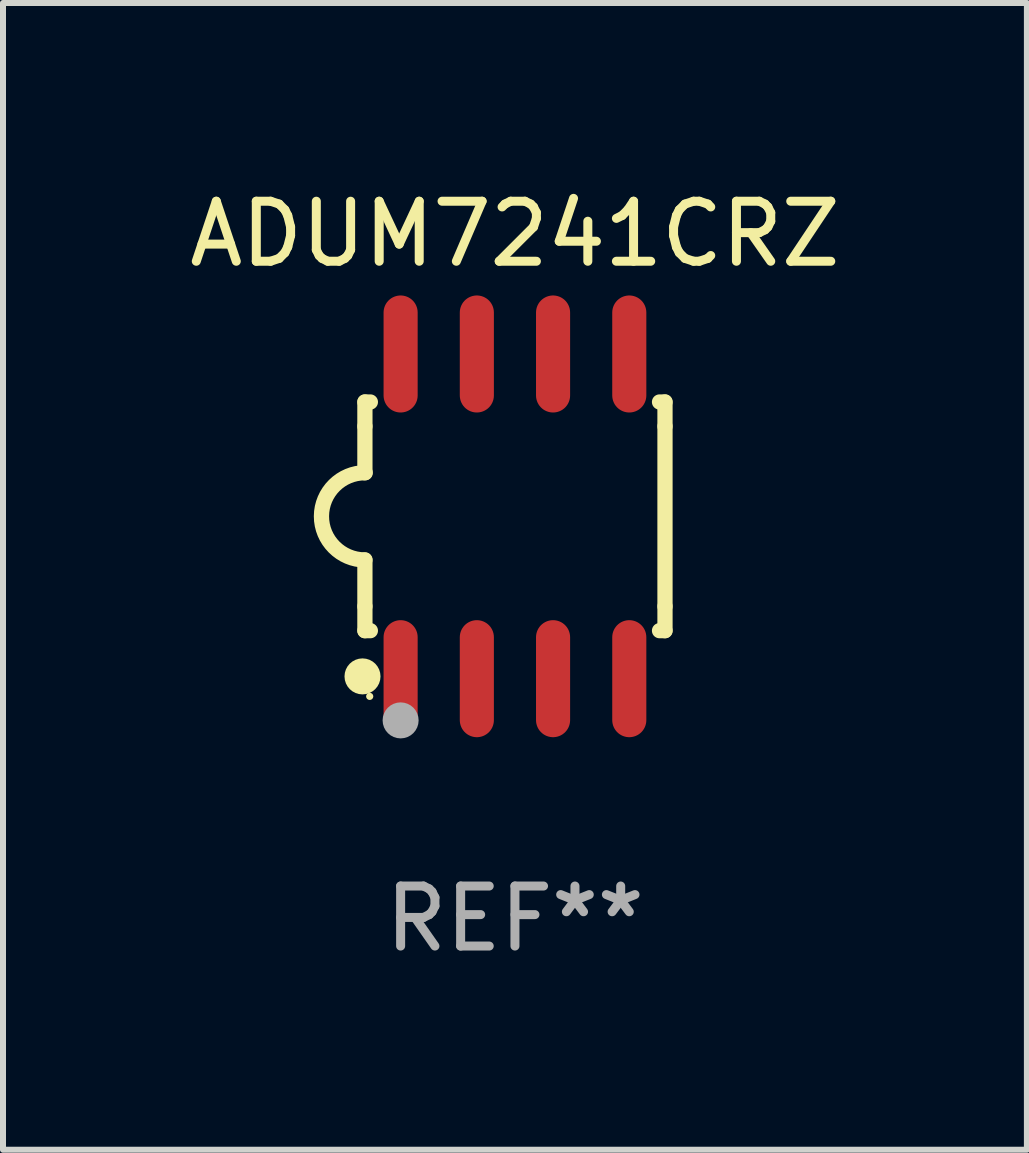
<source format=kicad_pcb>
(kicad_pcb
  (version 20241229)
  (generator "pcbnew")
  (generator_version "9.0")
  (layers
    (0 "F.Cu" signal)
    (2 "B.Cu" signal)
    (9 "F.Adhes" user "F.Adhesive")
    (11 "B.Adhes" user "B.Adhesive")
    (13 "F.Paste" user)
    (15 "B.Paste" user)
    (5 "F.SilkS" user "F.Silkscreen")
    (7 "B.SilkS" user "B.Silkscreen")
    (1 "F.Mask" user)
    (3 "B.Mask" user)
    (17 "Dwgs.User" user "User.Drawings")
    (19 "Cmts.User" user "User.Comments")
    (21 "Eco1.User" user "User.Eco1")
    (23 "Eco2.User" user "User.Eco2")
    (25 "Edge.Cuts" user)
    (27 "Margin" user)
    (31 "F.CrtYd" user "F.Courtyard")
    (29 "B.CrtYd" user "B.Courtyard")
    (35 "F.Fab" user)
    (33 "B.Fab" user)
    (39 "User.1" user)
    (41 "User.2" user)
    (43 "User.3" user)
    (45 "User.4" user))
  (footprint "ADUM7241CRZ"
    (layer "F.Cu")
    (at 5.53 5.553)
    (property "Reference" "ADUM7241CRZ" (at 0 -4.705 0) (layer "F.SilkS") (effects (font (size 1 1) (thickness 0.15))))
    (attr through_hole)
    (fp_line (start -2.5 -1.905) (end -2.409 -1.905) (stroke (width 0.254) (type solid)) (layer "F.SilkS"))
    (fp_line (start -2.5 -1.5) (end -2.5 -1.905) (stroke (width 0.254) (type solid)) (layer "F.SilkS"))
    (fp_line (start -2.5 -1.5) (end -2.5 -0.726) (stroke (width 0.254) (type solid)) (layer "F.SilkS"))
    (fp_line (start -2.5 1.5) (end -2.5 0.727) (stroke (width 0.254) (type solid)) (layer "F.SilkS"))
    (fp_line (start -2.5 1.5) (end -2.5 1.905) (stroke (width 0.254) (type solid)) (layer "F.SilkS"))
    (fp_line (start -2.5 1.905) (end -2.409 1.905) (stroke (width 0.254) (type solid)) (layer "F.SilkS"))
    (fp_line (start 2.5 -1.905) (end 2.409 -1.905) (stroke (width 0.254) (type solid)) (layer "F.SilkS"))
    (fp_line (start 2.5 -1.5) (end 2.5 -1.905) (stroke (width 0.254) (type solid)) (layer "F.SilkS"))
    (fp_line (start 2.5 -1.5) (end 2.5 1.5) (stroke (width 0.254) (type solid)) (layer "F.SilkS"))
    (fp_line (start 2.5 1.5) (end 2.5 1.905) (stroke (width 0.254) (type solid)) (layer "F.SilkS"))
    (fp_line (start 2.5 1.905) (end 2.409 1.905) (stroke (width 0.254) (type solid)) (layer "F.SilkS"))
    (fp_arc (start -2.5 0.726568) (mid -3.220316 -0.0023) (end -2.495097 -0.726289) (stroke (width 0.254001) (type solid)) (layer "F.SilkS"))
    (fp_circle (center -2.54 2.667) (end -2.39 2.667) (stroke (width 0.3) (type solid)) (fill no) (layer "F.SilkS"))
    (fp_circle (center -2.42 3) (end -2.39 3) (stroke (width 0.06) (type solid)) (fill no) (layer "F.SilkS"))
    (fp_circle (center -1.905 3.4) (end -1.755 3.4) (stroke (width 0.3) (type solid)) (fill no) (layer "F.Fab"))
    (fp_text user "REF**" (at 0 6.705 0) (layer "F.Fab") (effects (font (size 1 1) (thickness 0.15))))
    (pad "1" smd oval (at -1.905 2.705) (size 0.568 1.95) (layers "F.Cu" "F.Mask" "F.Paste"))
    (pad "2" smd oval (at -0.635 2.705) (size 0.568 1.95) (layers "F.Cu" "F.Mask" "F.Paste"))
    (pad "3" smd oval (at 0.635 2.705) (size 0.568 1.95) (layers "F.Cu" "F.Mask" "F.Paste"))
    (pad "4" smd oval (at 1.905 2.705) (size 0.568 1.95) (layers "F.Cu" "F.Mask" "F.Paste"))
    (pad "5" smd oval (at 1.905 -2.705) (size 0.568 1.95) (layers "F.Cu" "F.Mask" "F.Paste"))
    (pad "6" smd oval (at 0.635 -2.705) (size 0.568 1.95) (layers "F.Cu" "F.Mask" "F.Paste"))
    (pad "7" smd oval (at -0.635 -2.705) (size 0.568 1.95) (layers "F.Cu" "F.Mask" "F.Paste"))
    (pad "8" smd oval (at -1.905 -2.705) (size 0.568 1.95) (layers "F.Cu" "F.Mask" "F.Paste")))
  (gr_rect
    (start -3 -3)
    (end 14.06 16.107)
    (stroke (width 0.1) (type default))
    (fill no)
    (layer "Edge.Cuts")))
</source>
